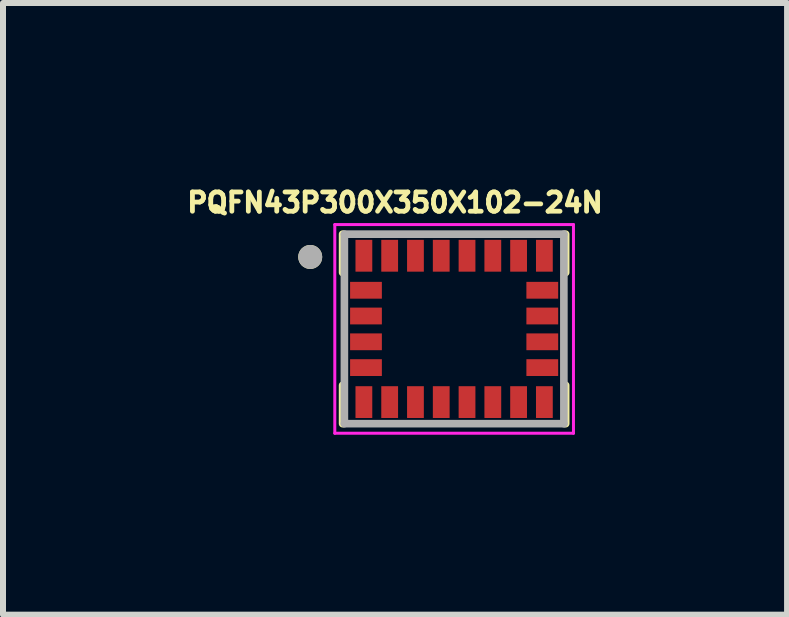
<source format=kicad_pcb>
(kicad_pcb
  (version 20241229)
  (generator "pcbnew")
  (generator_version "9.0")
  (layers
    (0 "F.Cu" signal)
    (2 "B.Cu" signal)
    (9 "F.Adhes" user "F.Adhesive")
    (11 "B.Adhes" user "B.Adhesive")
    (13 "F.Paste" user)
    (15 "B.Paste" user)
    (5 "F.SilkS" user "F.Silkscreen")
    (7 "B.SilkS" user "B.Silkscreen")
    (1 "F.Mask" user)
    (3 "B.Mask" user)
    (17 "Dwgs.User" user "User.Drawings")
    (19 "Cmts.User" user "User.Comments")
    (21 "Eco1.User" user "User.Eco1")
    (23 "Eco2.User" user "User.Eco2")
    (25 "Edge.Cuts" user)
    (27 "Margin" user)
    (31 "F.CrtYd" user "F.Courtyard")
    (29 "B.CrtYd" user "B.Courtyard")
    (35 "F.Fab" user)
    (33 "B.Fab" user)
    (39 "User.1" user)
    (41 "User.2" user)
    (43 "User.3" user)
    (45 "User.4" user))
  (footprint "PQFN43P300X350X102-24N"
    (layer "F.Cu")
    (at 4.523 2.435)
    (property "Reference" "PQFN43P300X350X102-24N" (at -0.986 -2.107 0) (layer "F.SilkS") (effects (font (size 0.321 0.321) (thickness 0.15))))
    (attr smd)
    (fp_line (start -1.86 -1.58) (end -1.86 -0.94) (stroke (width 0.127) (type solid)) (layer "F.SilkS"))
    (fp_line (start -1.86 1.58) (end -1.86 0.94) (stroke (width 0.127) (type solid)) (layer "F.SilkS"))
    (fp_line (start 1.86 -1.58) (end 1.86 -0.94) (stroke (width 0.127) (type solid)) (layer "F.SilkS"))
    (fp_line (start 1.86 1.58) (end 1.86 0.94) (stroke (width 0.127) (type solid)) (layer "F.SilkS"))
    (fp_circle (center -2.4 -1.2) (end -2.3 -1.2) (stroke (width 0.2) (type solid)) (fill no) (layer "F.SilkS"))
    (fp_line (start -1.99 -1.74) (end 1.99 -1.74) (stroke (width 0.05) (type solid)) (layer "F.CrtYd"))
    (fp_line (start -1.99 1.74) (end -1.99 -1.74) (stroke (width 0.05) (type solid)) (layer "F.CrtYd"))
    (fp_line (start 1.99 -1.74) (end 1.99 1.74) (stroke (width 0.05) (type solid)) (layer "F.CrtYd"))
    (fp_line (start 1.99 1.74) (end -1.99 1.74) (stroke (width 0.05) (type solid)) (layer "F.CrtYd"))
    (fp_line (start -1.83 -1.58) (end 1.83 -1.58) (stroke (width 0.127) (type solid)) (layer "F.Fab"))
    (fp_line (start -1.83 1.58) (end -1.83 -1.58) (stroke (width 0.127) (type solid)) (layer "F.Fab"))
    (fp_line (start 1.83 -1.58) (end 1.83 1.58) (stroke (width 0.127) (type solid)) (layer "F.Fab"))
    (fp_line (start 1.83 1.58) (end -1.83 1.58) (stroke (width 0.127) (type solid)) (layer "F.Fab"))
    (fp_circle (center -2.4 -1.2) (end -2.3 -1.2) (stroke (width 0.2) (type solid)) (fill no) (layer "F.Fab"))
    (pad "1" smd roundrect (at -1.505 -1.22 90) (size 0.53 0.28) (layers "F.Cu" "F.Mask" "F.Paste") (roundrect_rratio 0.01))
    (pad "2" smd roundrect (at -1.47 -0.645 180) (size 0.53 0.28) (layers "F.Cu" "F.Mask" "F.Paste") (roundrect_rratio 0.01))
    (pad "3" smd roundrect (at -1.47 -0.215 180) (size 0.53 0.28) (layers "F.Cu" "F.Mask" "F.Paste") (roundrect_rratio 0.01))
    (pad "4" smd roundrect (at -1.47 0.215 180) (size 0.53 0.28) (layers "F.Cu" "F.Mask" "F.Paste") (roundrect_rratio 0.01))
    (pad "5" smd roundrect (at -1.47 0.645 180) (size 0.53 0.28) (layers "F.Cu" "F.Mask" "F.Paste") (roundrect_rratio 0.01))
    (pad "6" smd roundrect (at -1.505 1.22 270) (size 0.53 0.28) (layers "F.Cu" "F.Mask" "F.Paste") (roundrect_rratio 0.01))
    (pad "7" smd roundrect (at -1.075 1.22 270) (size 0.53 0.28) (layers "F.Cu" "F.Mask" "F.Paste") (roundrect_rratio 0.01))
    (pad "8" smd roundrect (at -0.645 1.22 270) (size 0.53 0.28) (layers "F.Cu" "F.Mask" "F.Paste") (roundrect_rratio 0.01))
    (pad "9" smd roundrect (at -0.215 1.22 270) (size 0.53 0.28) (layers "F.Cu" "F.Mask" "F.Paste") (roundrect_rratio 0.01))
    (pad "10" smd roundrect (at 0.215 1.22 270) (size 0.53 0.28) (layers "F.Cu" "F.Mask" "F.Paste") (roundrect_rratio 0.01))
    (pad "11" smd roundrect (at 0.645 1.22 270) (size 0.53 0.28) (layers "F.Cu" "F.Mask" "F.Paste") (roundrect_rratio 0.01))
    (pad "12" smd roundrect (at 1.075 1.22 270) (size 0.53 0.28) (layers "F.Cu" "F.Mask" "F.Paste") (roundrect_rratio 0.01))
    (pad "13" smd roundrect (at 1.505 1.22 270) (size 0.53 0.28) (layers "F.Cu" "F.Mask" "F.Paste") (roundrect_rratio 0.01))
    (pad "14" smd roundrect (at 1.47 0.645) (size 0.53 0.28) (layers "F.Cu" "F.Mask" "F.Paste") (roundrect_rratio 0.01))
    (pad "15" smd roundrect (at 1.47 0.215) (size 0.53 0.28) (layers "F.Cu" "F.Mask" "F.Paste") (roundrect_rratio 0.01))
    (pad "16" smd roundrect (at 1.47 -0.215) (size 0.53 0.28) (layers "F.Cu" "F.Mask" "F.Paste") (roundrect_rratio 0.01))
    (pad "17" smd roundrect (at 1.47 -0.645) (size 0.53 0.28) (layers "F.Cu" "F.Mask" "F.Paste") (roundrect_rratio 0.01))
    (pad "18" smd roundrect (at 1.505 -1.22 90) (size 0.53 0.28) (layers "F.Cu" "F.Mask" "F.Paste") (roundrect_rratio 0.01))
    (pad "19" smd roundrect (at 1.075 -1.22 90) (size 0.53 0.28) (layers "F.Cu" "F.Mask" "F.Paste") (roundrect_rratio 0.01))
    (pad "20" smd roundrect (at 0.645 -1.22 90) (size 0.53 0.28) (layers "F.Cu" "F.Mask" "F.Paste") (roundrect_rratio 0.01))
    (pad "21" smd roundrect (at 0.215 -1.22 90) (size 0.53 0.28) (layers "F.Cu" "F.Mask" "F.Paste") (roundrect_rratio 0.01))
    (pad "22" smd roundrect (at -0.215 -1.22 90) (size 0.53 0.28) (layers "F.Cu" "F.Mask" "F.Paste") (roundrect_rratio 0.01))
    (pad "23" smd roundrect (at -0.645 -1.22 90) (size 0.53 0.28) (layers "F.Cu" "F.Mask" "F.Paste") (roundrect_rratio 0.01))
    (pad "24" smd roundrect (at -1.075 -1.22 90) (size 0.53 0.28) (layers "F.Cu" "F.Mask" "F.Paste") (roundrect_rratio 0.01)))
  (gr_rect
    (start -3 -3)
    (end 10.075 7.2)
    (stroke (width 0.1) (type default))
    (fill no)
    (layer "Edge.Cuts")))
</source>
